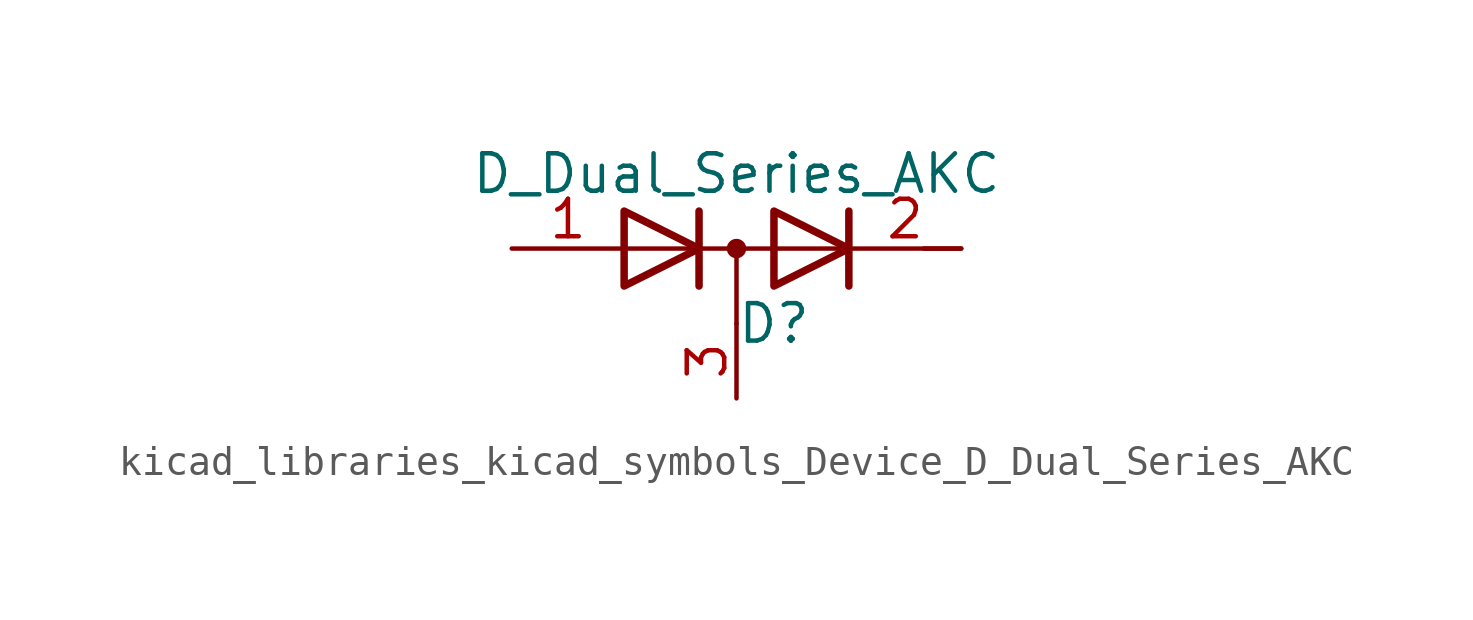
<source format=kicad_sym>
(kicad_symbol_lib
  (version 20220914)
  (generator kicad_symbol_editor)
  (symbol "kicad_libraries_kicad_symbols_Device_D_Dual_Series_AKC"
    (pin_names
      (offset 0.762) hide)
    (property "Reference" "D"
      (at 1.27 -2.54 0)
      (effects (font (size 1.27 1.27))))
    (property "Value" "D_Dual_Series_AKC"
      (at 0 2.54 0)
      (effects (font (size 1.27 1.27))))
    (symbol "kicad_libraries_kicad_symbols_Device_D_Dual_Series_AKC_0_1"
      (polyline (pts (xy -3.81 0) (xy 3.81 0)) (stroke (width 0) (type default)) (fill (type none)))
      (polyline (pts (xy 0 0) (xy 0 -2.54)) (stroke (width 0) (type default)) (fill (type none)))
      (polyline (pts (xy 6.35 0) (xy 7.62 0)) (stroke (width 0) (type default)) (fill (type none)))
      (polyline (pts (xy -1.27 -1.27) (xy -1.27 1.27) (xy -1.27 1.27)) (stroke (width 0.254) (type default)) (fill (type none)))
      (polyline (pts (xy 3.81 1.27) (xy 3.81 -1.27) (xy 3.81 -1.27)) (stroke (width 0.254) (type default)) (fill (type none)))
      (polyline (pts (xy -3.81 1.27) (xy -1.27 0) (xy -3.81 -1.27) (xy -3.81 1.27) (xy -3.81 1.27) (xy -3.81 1.27)) (stroke (width 0.254) (type default)) (fill (type none)))
      (polyline (pts (xy 1.27 1.27) (xy 3.81 0) (xy 1.27 -1.27) (xy 1.27 1.27) (xy 1.27 1.27) (xy 1.27 1.27)) (stroke (width 0.254) (type default)) (fill (type none)))
      (circle (center 0 0) (radius 0.254) (stroke (width 0) (type default)) (fill (type outline)))
      (pin passive line (at -7.62 0 0) (length 3.81) (name "A" (effects (font (size 1.27 1.27)))) (number "1" (effects (font (size 1.27 1.27)))))
      (pin passive line (at 7.62 0 180) (length 3.81) (name "K" (effects (font (size 1.27 1.27)))) (number "2" (effects (font (size 1.27 1.27)))))
      (pin passive line (at 0 -5.08 90) (length 2.54) (name "common" (effects (font (size 1.27 1.27)))) (number "3" (effects (font (size 1.27 1.27))))))))
</source>
